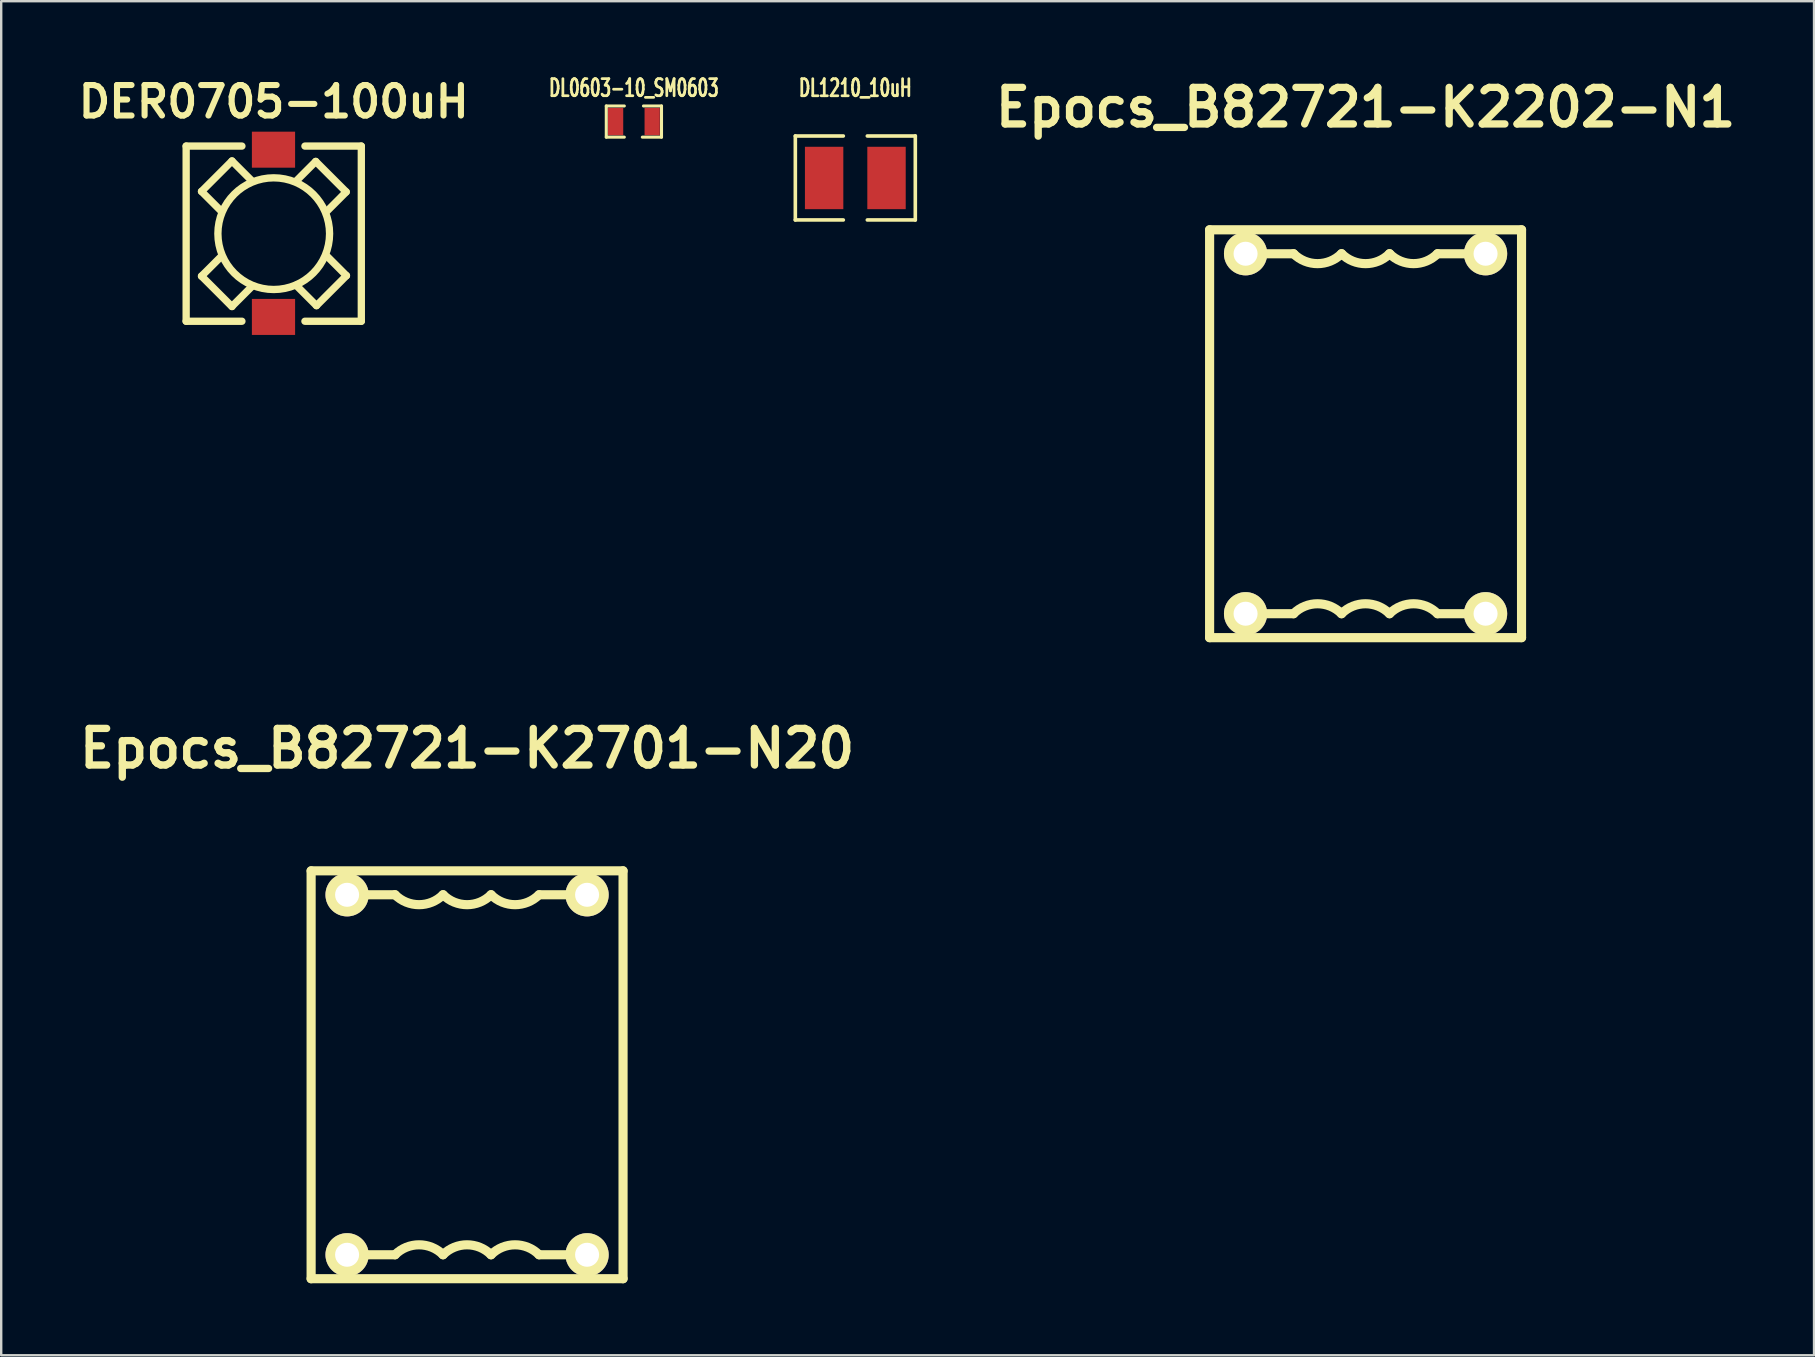
<source format=kicad_pcb>
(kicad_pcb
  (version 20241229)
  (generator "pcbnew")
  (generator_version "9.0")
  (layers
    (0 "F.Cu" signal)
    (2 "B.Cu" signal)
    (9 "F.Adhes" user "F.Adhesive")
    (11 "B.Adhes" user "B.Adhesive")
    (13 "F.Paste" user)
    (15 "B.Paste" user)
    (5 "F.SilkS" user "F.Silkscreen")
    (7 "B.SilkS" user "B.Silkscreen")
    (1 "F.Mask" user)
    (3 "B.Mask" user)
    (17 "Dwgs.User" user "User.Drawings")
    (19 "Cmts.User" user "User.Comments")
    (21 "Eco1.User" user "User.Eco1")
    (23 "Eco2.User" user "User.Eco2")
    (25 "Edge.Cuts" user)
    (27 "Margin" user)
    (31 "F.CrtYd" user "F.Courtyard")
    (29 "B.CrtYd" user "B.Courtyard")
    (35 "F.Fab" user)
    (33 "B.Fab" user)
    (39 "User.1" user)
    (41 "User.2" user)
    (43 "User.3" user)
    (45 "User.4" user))
  (footprint "DL1210_10uH"
    (layer "F.Cu")
    (at 32.596 4.367)
    (property "Reference" "DL1210_10uH" (at 0 -3.75 0) (layer "F.SilkS") (effects (font (size 0.711 0.457) (thickness 0.114))))
    (attr smd)
    (fp_line (start -2.5 -1.75) (end -2.5 1.75) (stroke (width 0.15) (type solid)) (layer "F.SilkS"))
    (fp_line (start -2.5 1.75) (end -0.5 1.75) (stroke (width 0.15) (type solid)) (layer "F.SilkS"))
    (fp_line (start -0.5 -1.75) (end -2.5 -1.75) (stroke (width 0.15) (type solid)) (layer "F.SilkS"))
    (fp_line (start 0.5 1.75) (end 2.5 1.75) (stroke (width 0.15) (type solid)) (layer "F.SilkS"))
    (fp_line (start 2.5 -1.75) (end 0.5 -1.75) (stroke (width 0.15) (type solid)) (layer "F.SilkS"))
    (fp_line (start 2.5 1.75) (end 2.5 -1.75) (stroke (width 0.15) (type solid)) (layer "F.SilkS"))
    (pad "1" smd rect (at -1.3 0) (size 1.6 2.6) (layers "F.Cu" "F.Mask" "F.Paste"))
    (pad "2" smd rect (at 1.3 0) (size 1.6 2.6) (layers "F.Cu" "F.Mask" "F.Paste")))
  (footprint "Epocs_B82721-K2701-N20"
    (layer "F.Cu")
    (at 16.416 41.742)
    (property "Reference" "Epocs_B82721-K2701-N20" (at 0 -13.6 0) (layer "F.SilkS") (effects (font (size 1.524 1.524) (thickness 0.305))))
    (attr through_hole)
    (fp_line (start -6.5 -8.499) (end -6.5 8.499) (stroke (width 0.381) (type solid)) (layer "F.SilkS"))
    (fp_line (start -6.5 8.499) (end 6.5 8.499) (stroke (width 0.381) (type solid)) (layer "F.SilkS"))
    (fp_line (start -3 -7.501) (end -5.001 -7.501) (stroke (width 0.381) (type solid)) (layer "F.SilkS"))
    (fp_line (start -3 7.501) (end -5.001 7.501) (stroke (width 0.381) (type solid)) (layer "F.SilkS"))
    (fp_line (start 3 -7.501) (end 5.001 -7.501) (stroke (width 0.381) (type solid)) (layer "F.SilkS"))
    (fp_line (start 3 7.501) (end 5.001 7.501) (stroke (width 0.381) (type solid)) (layer "F.SilkS"))
    (fp_line (start 6.5 -8.499) (end -6.5 -8.499) (stroke (width 0.381) (type solid)) (layer "F.SilkS"))
    (fp_line (start 6.5 8.499) (end 6.5 -8.499) (stroke (width 0.381) (type solid)) (layer "F.SilkS"))
    (fp_arc (start -3.00228 7.50062) (mid -2.00152 7.086092) (end -1.00076 7.50062) (stroke (width 0.381) (type solid)) (layer "F.SilkS"))
    (fp_arc (start -1.0033 7.50062) (mid -0.00254 7.086092) (end 0.99822 7.50062) (stroke (width 0.381) (type solid)) (layer "F.SilkS"))
    (fp_arc (start -1.00076 -7.50316) (mid -2.00152 -7.088632) (end -3.00228 -7.50316) (stroke (width 0.381) (type solid)) (layer "F.SilkS"))
    (fp_arc (start 0.99822 7.50062) (mid 1.99898 7.086092) (end 2.99974 7.50062) (stroke (width 0.381) (type solid)) (layer "F.SilkS"))
    (fp_arc (start 1.00076 -7.50316) (mid 0 -7.088632) (end -1.00076 -7.50316) (stroke (width 0.381) (type solid)) (layer "F.SilkS"))
    (fp_arc (start 2.99974 -7.50316) (mid 1.99898 -7.088632) (end 0.99822 -7.50316) (stroke (width 0.381) (type solid)) (layer "F.SilkS"))
    (pad "1" thru_hole circle (at -5.001 7.501) (size 1.801 1.801) (drill 1.001) (layers "*.Cu" "*.Mask" "F.SilkS"))
    (pad "2" thru_hole circle (at 5.001 7.501) (size 1.801 1.801) (drill 1.001) (layers "*.Cu" "*.Mask" "F.SilkS"))
    (pad "3" thru_hole circle (at -5.001 -7.501) (size 1.801 1.801) (drill 1.001) (layers "*.Cu" "*.Mask" "F.SilkS"))
    (pad "4" thru_hole circle (at 5.001 -7.501) (size 1.801 1.801) (drill 1.001) (layers "*.Cu" "*.Mask" "F.SilkS")))
  (footprint "DL0603-10_SM0603"
    (layer "F.Cu")
    (at 23.368 2.016)
    (property "Reference" "DL0603-10_SM0603" (at 0 -1.4 0) (layer "F.SilkS") (effects (font (size 0.711 0.457) (thickness 0.114))))
    (attr smd)
    (fp_line (start -1.151 -0.65) (end -1.151 0.65) (stroke (width 0.127) (type solid)) (layer "F.SilkS"))
    (fp_line (start -1.151 0.65) (end -0.399 0.65) (stroke (width 0.127) (type solid)) (layer "F.SilkS"))
    (fp_line (start -0.399 -0.65) (end -1.151 -0.65) (stroke (width 0.127) (type solid)) (layer "F.SilkS"))
    (fp_line (start 0.351 0.65) (end 1.151 0.65) (stroke (width 0.127) (type solid)) (layer "F.SilkS"))
    (fp_line (start 1.151 -0.65) (end 0.399 -0.65) (stroke (width 0.127) (type solid)) (layer "F.SilkS"))
    (fp_line (start 1.151 0.65) (end 1.151 -0.65) (stroke (width 0.127) (type solid)) (layer "F.SilkS"))
    (pad "1" smd rect (at -0.762 0) (size 0.635 1.143) (layers "F.Cu" "F.Mask" "F.Paste"))
    (pad "2" smd rect (at 0.762 0) (size 0.635 1.143) (layers "F.Cu" "F.Mask" "F.Paste")))
  (footprint "DER0705-100uH"
    (layer "F.Cu")
    (at 8.358 6.688)
    (property "Reference" "DER0705-100uH" (at 0 -5.499 0) (layer "F.SilkS") (effects (font (size 1.27 1.27) (thickness 0.254))))
    (attr through_hole)
    (fp_line (start -3.65 -3.65) (end -3.65 3.65) (stroke (width 0.305) (type solid)) (layer "F.SilkS"))
    (fp_line (start -3.65 -3.65) (end -1.326 -3.65) (stroke (width 0.305) (type solid)) (layer "F.SilkS"))
    (fp_line (start -3.65 3.65) (end -1.326 3.65) (stroke (width 0.305) (type solid)) (layer "F.SilkS"))
    (fp_line (start -3.01 -1.76) (end -2.21 -0.96) (stroke (width 0.305) (type solid)) (layer "F.SilkS"))
    (fp_line (start -3.01 1.77) (end -2.189 0.95) (stroke (width 0.305) (type solid)) (layer "F.SilkS"))
    (fp_line (start -1.74 -3.03) (end -3.01 -1.76) (stroke (width 0.305) (type solid)) (layer "F.SilkS"))
    (fp_line (start -1.74 -3.03) (end -0.899 -2.189) (stroke (width 0.305) (type solid)) (layer "F.SilkS"))
    (fp_line (start -1.74 3.03) (end -0.899 2.189) (stroke (width 0.305) (type solid)) (layer "F.SilkS"))
    (fp_line (start -1.74 3.04) (end -3.01 1.77) (stroke (width 0.305) (type solid)) (layer "F.SilkS"))
    (fp_line (start 0.93 2.149) (end 1.781 3) (stroke (width 0.305) (type solid)) (layer "F.SilkS"))
    (fp_line (start 1.75 -3.01) (end 0.93 -2.189) (stroke (width 0.305) (type solid)) (layer "F.SilkS"))
    (fp_line (start 1.781 3) (end 3.03 1.75) (stroke (width 0.305) (type solid)) (layer "F.SilkS"))
    (fp_line (start 3.02 -1.74) (end 1.75 -3.01) (stroke (width 0.305) (type solid)) (layer "F.SilkS"))
    (fp_line (start 3.02 -1.74) (end 2.2 -0.919) (stroke (width 0.305) (type solid)) (layer "F.SilkS"))
    (fp_line (start 3.03 1.75) (end 2.2 0.919) (stroke (width 0.305) (type solid)) (layer "F.SilkS"))
    (fp_line (start 3.65 -3.65) (end 1.3 -3.65) (stroke (width 0.305) (type solid)) (layer "F.SilkS"))
    (fp_line (start 3.65 3.65) (end 1.3 3.65) (stroke (width 0.305) (type solid)) (layer "F.SilkS"))
    (fp_line (start 3.65 3.65) (end 3.65 -3.65) (stroke (width 0.305) (type solid)) (layer "F.SilkS"))
    (fp_circle (center 0 0) (end 1.001 2.101) (stroke (width 0.305) (type solid)) (fill no) (layer "F.SilkS"))
    (pad "1" smd rect (at -0.01 -3.5) (size 1.801 1.501) (layers "F.Cu" "F.Mask" "F.Paste"))
    (pad "2" smd rect (at -0.01 3.47) (size 1.801 1.501) (layers "F.Cu" "F.Mask" "F.Paste")))
  (footprint "Epocs_B82721-K2202-N1"
    (layer "F.Cu")
    (at 53.861 15.026)
    (property "Reference" "Epocs_B82721-K2202-N1" (at 0 -13.6 0) (layer "F.SilkS") (effects (font (size 1.524 1.524) (thickness 0.305))))
    (attr through_hole)
    (fp_line (start -6.5 -8.499) (end -6.5 8.499) (stroke (width 0.381) (type solid)) (layer "F.SilkS"))
    (fp_line (start -6.5 8.499) (end 6.5 8.499) (stroke (width 0.381) (type solid)) (layer "F.SilkS"))
    (fp_line (start -3 -7.501) (end -5.001 -7.501) (stroke (width 0.381) (type solid)) (layer "F.SilkS"))
    (fp_line (start -3 7.501) (end -5.001 7.501) (stroke (width 0.381) (type solid)) (layer "F.SilkS"))
    (fp_line (start 3 -7.501) (end 5.001 -7.501) (stroke (width 0.381) (type solid)) (layer "F.SilkS"))
    (fp_line (start 3 7.501) (end 5.001 7.501) (stroke (width 0.381) (type solid)) (layer "F.SilkS"))
    (fp_line (start 6.5 -8.499) (end -6.5 -8.499) (stroke (width 0.381) (type solid)) (layer "F.SilkS"))
    (fp_line (start 6.5 8.499) (end 6.5 -8.499) (stroke (width 0.381) (type solid)) (layer "F.SilkS"))
    (fp_arc (start -3.00228 7.50062) (mid -2.00152 7.086092) (end -1.00076 7.50062) (stroke (width 0.381) (type solid)) (layer "F.SilkS"))
    (fp_arc (start -1.0033 7.50062) (mid -0.00254 7.086092) (end 0.99822 7.50062) (stroke (width 0.381) (type solid)) (layer "F.SilkS"))
    (fp_arc (start -1.00076 -7.50316) (mid -2.00152 -7.088632) (end -3.00228 -7.50316) (stroke (width 0.381) (type solid)) (layer "F.SilkS"))
    (fp_arc (start 0.99822 7.50062) (mid 1.99898 7.086092) (end 2.99974 7.50062) (stroke (width 0.381) (type solid)) (layer "F.SilkS"))
    (fp_arc (start 1.00076 -7.50316) (mid 0 -7.088632) (end -1.00076 -7.50316) (stroke (width 0.381) (type solid)) (layer "F.SilkS"))
    (fp_arc (start 2.99974 -7.50316) (mid 1.99898 -7.088632) (end 0.99822 -7.50316) (stroke (width 0.381) (type solid)) (layer "F.SilkS"))
    (pad "1" thru_hole circle (at -5.001 7.501) (size 1.801 1.801) (drill 1.001) (layers "*.Cu" "*.Mask" "F.SilkS"))
    (pad "2" thru_hole circle (at 5.001 7.501) (size 1.801 1.801) (drill 1.001) (layers "*.Cu" "*.Mask" "F.SilkS"))
    (pad "3" thru_hole circle (at -5.001 -7.501) (size 1.801 1.801) (drill 1.001) (layers "*.Cu" "*.Mask" "F.SilkS"))
    (pad "4" thru_hole circle (at 5.001 -7.501) (size 1.801 1.801) (drill 1.001) (layers "*.Cu" "*.Mask" "F.SilkS")))
  (gr_rect
    (start -3 -3)
    (end 72.551 53.432)
    (stroke (width 0.1) (type default))
    (fill no)
    (layer "Edge.Cuts")))
</source>
